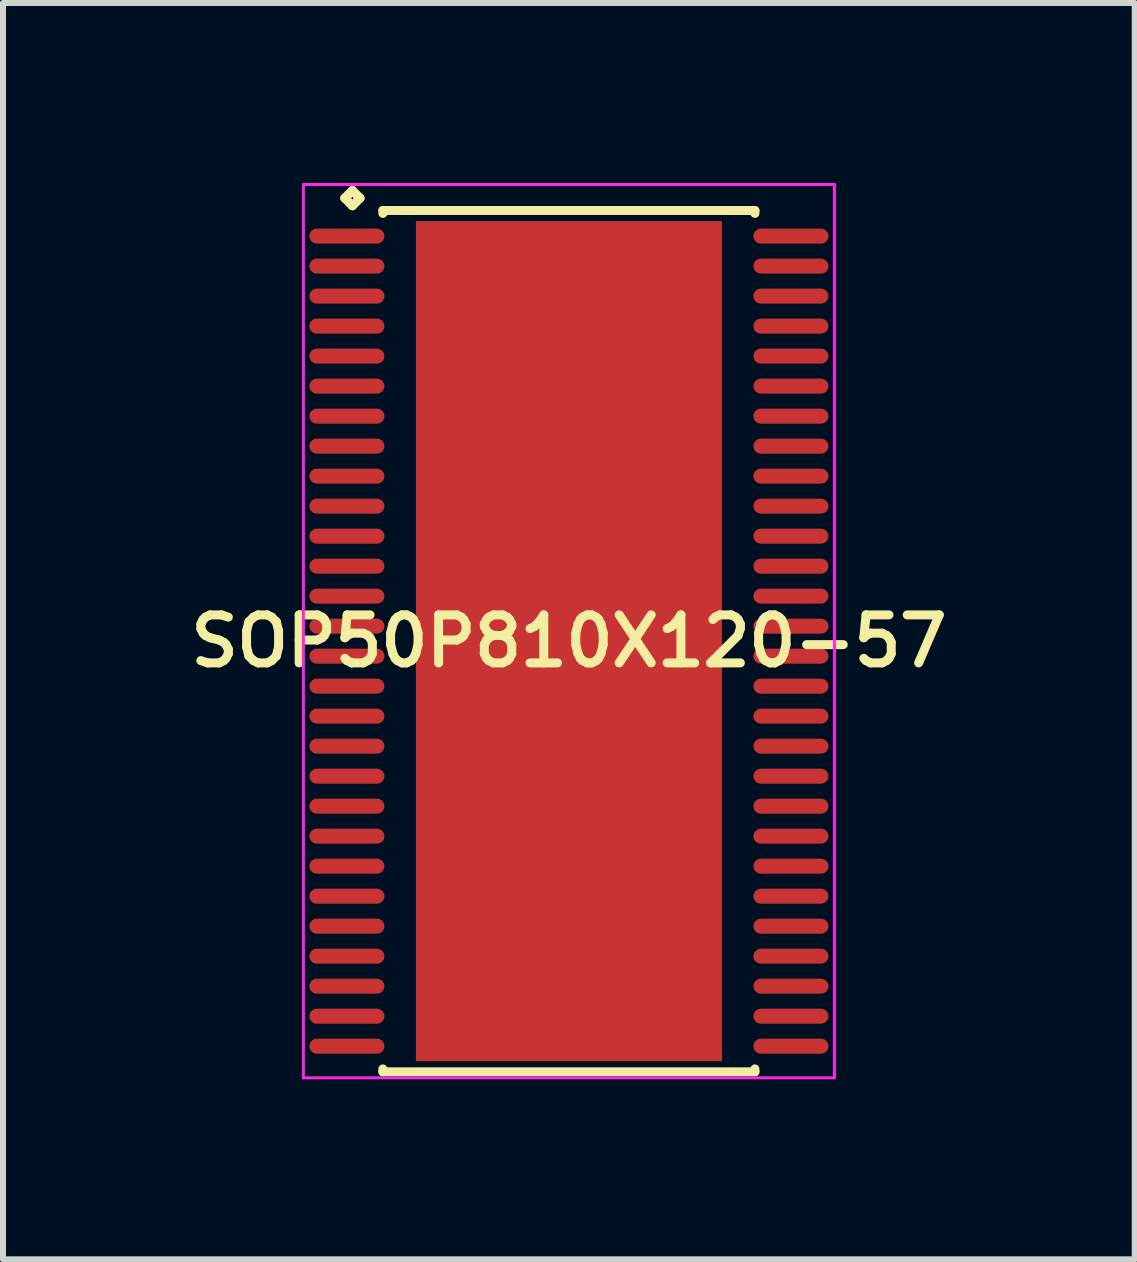
<source format=kicad_pcb>
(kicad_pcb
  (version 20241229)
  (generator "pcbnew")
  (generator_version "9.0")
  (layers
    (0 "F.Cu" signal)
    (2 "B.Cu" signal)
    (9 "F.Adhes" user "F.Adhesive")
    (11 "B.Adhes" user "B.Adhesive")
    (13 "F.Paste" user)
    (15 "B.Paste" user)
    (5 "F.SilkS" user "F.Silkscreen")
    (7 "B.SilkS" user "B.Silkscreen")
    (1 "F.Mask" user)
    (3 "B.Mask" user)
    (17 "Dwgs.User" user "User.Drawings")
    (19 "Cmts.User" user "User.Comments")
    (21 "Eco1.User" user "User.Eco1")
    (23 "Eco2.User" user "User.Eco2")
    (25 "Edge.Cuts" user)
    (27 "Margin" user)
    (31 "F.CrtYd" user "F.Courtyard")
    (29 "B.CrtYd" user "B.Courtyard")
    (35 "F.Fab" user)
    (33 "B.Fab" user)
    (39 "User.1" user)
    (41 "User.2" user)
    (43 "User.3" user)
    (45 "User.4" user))
  (footprint "SOP50P810X120-57"
    (layer "F.Cu")
    (at 6.431 7.635)
    (property "Reference" "SOP50P810X120-57" (at 0 0 0) (layer "F.SilkS") (effects (font (size 0.8 0.8) (thickness 0.15))))
    (attr smd)
    (fp_line (start -3.735 -7.383) (end -3.608 -7.51) (stroke (width 0.15) (type solid)) (layer "F.SilkS"))
    (fp_line (start -3.608 -7.51) (end -3.481 -7.383) (stroke (width 0.15) (type solid)) (layer "F.SilkS"))
    (fp_line (start -3.608 -7.256) (end -3.735 -7.383) (stroke (width 0.15) (type solid)) (layer "F.SilkS"))
    (fp_line (start -3.481 -7.383) (end -3.608 -7.256) (stroke (width 0.15) (type solid)) (layer "F.SilkS"))
    (fp_line (start -3.1 -7.177) (end 3.1 -7.177) (stroke (width 0.15) (type solid)) (layer "F.SilkS"))
    (fp_line (start -3.1 -7.129) (end -3.1 -7.177) (stroke (width 0.15) (type solid)) (layer "F.SilkS"))
    (fp_line (start -3.1 7.129) (end -3.1 7.177) (stroke (width 0.15) (type solid)) (layer "F.SilkS"))
    (fp_line (start -3.1 7.177) (end 3.1 7.177) (stroke (width 0.15) (type solid)) (layer "F.SilkS"))
    (fp_line (start 3.1 -7.177) (end 3.1 -7.129) (stroke (width 0.15) (type solid)) (layer "F.SilkS"))
    (fp_line (start 3.1 7.177) (end 3.1 7.129) (stroke (width 0.15) (type solid)) (layer "F.SilkS"))
    (fp_line (start -4.425 -7.61) (end 4.425 -7.61) (stroke (width 0.05) (type solid)) (layer "F.CrtYd"))
    (fp_line (start -4.425 7.277) (end -4.425 -7.61) (stroke (width 0.05) (type solid)) (layer "F.CrtYd"))
    (fp_line (start 4.425 -7.61) (end 4.425 7.277) (stroke (width 0.05) (type solid)) (layer "F.CrtYd"))
    (fp_line (start 4.425 7.277) (end -4.425 7.277) (stroke (width 0.05) (type solid)) (layer "F.CrtYd"))
    (pad "1" smd oval (at -3.7 -6.75) (size 1.25 0.25) (layers "F.Cu" "F.Mask" "F.Paste"))
    (pad "2" smd oval (at -3.7 -6.25) (size 1.25 0.25) (layers "F.Cu" "F.Mask" "F.Paste"))
    (pad "3" smd oval (at -3.7 -5.75) (size 1.25 0.25) (layers "F.Cu" "F.Mask" "F.Paste"))
    (pad "4" smd oval (at -3.7 -5.25) (size 1.25 0.25) (layers "F.Cu" "F.Mask" "F.Paste"))
    (pad "5" smd oval (at -3.7 -4.75) (size 1.25 0.25) (layers "F.Cu" "F.Mask" "F.Paste"))
    (pad "6" smd oval (at -3.7 -4.25) (size 1.25 0.25) (layers "F.Cu" "F.Mask" "F.Paste"))
    (pad "7" smd oval (at -3.7 -3.75) (size 1.25 0.25) (layers "F.Cu" "F.Mask" "F.Paste"))
    (pad "8" smd oval (at -3.7 -3.25) (size 1.25 0.25) (layers "F.Cu" "F.Mask" "F.Paste"))
    (pad "9" smd oval (at -3.7 -2.75) (size 1.25 0.25) (layers "F.Cu" "F.Mask" "F.Paste"))
    (pad "10" smd oval (at -3.7 -2.25) (size 1.25 0.25) (layers "F.Cu" "F.Mask" "F.Paste"))
    (pad "11" smd oval (at -3.7 -1.75) (size 1.25 0.25) (layers "F.Cu" "F.Mask" "F.Paste"))
    (pad "12" smd oval (at -3.7 -1.25) (size 1.25 0.25) (layers "F.Cu" "F.Mask" "F.Paste"))
    (pad "13" smd oval (at -3.7 -0.75) (size 1.25 0.25) (layers "F.Cu" "F.Mask" "F.Paste"))
    (pad "14" smd oval (at -3.7 -0.25) (size 1.25 0.25) (layers "F.Cu" "F.Mask" "F.Paste"))
    (pad "15" smd oval (at -3.7 0.25) (size 1.25 0.25) (layers "F.Cu" "F.Mask" "F.Paste"))
    (pad "16" smd oval (at -3.7 0.75) (size 1.25 0.25) (layers "F.Cu" "F.Mask" "F.Paste"))
    (pad "17" smd oval (at -3.7 1.25) (size 1.25 0.25) (layers "F.Cu" "F.Mask" "F.Paste"))
    (pad "18" smd oval (at -3.7 1.75) (size 1.25 0.25) (layers "F.Cu" "F.Mask" "F.Paste"))
    (pad "19" smd oval (at -3.7 2.25) (size 1.25 0.25) (layers "F.Cu" "F.Mask" "F.Paste"))
    (pad "20" smd oval (at -3.7 2.75) (size 1.25 0.25) (layers "F.Cu" "F.Mask" "F.Paste"))
    (pad "21" smd oval (at -3.7 3.25) (size 1.25 0.25) (layers "F.Cu" "F.Mask" "F.Paste"))
    (pad "22" smd oval (at -3.7 3.75) (size 1.25 0.25) (layers "F.Cu" "F.Mask" "F.Paste"))
    (pad "23" smd oval (at -3.7 4.25) (size 1.25 0.25) (layers "F.Cu" "F.Mask" "F.Paste"))
    (pad "24" smd oval (at -3.7 4.75) (size 1.25 0.25) (layers "F.Cu" "F.Mask" "F.Paste"))
    (pad "25" smd oval (at -3.7 5.25) (size 1.25 0.25) (layers "F.Cu" "F.Mask" "F.Paste"))
    (pad "26" smd oval (at -3.7 5.75) (size 1.25 0.25) (layers "F.Cu" "F.Mask" "F.Paste"))
    (pad "27" smd oval (at -3.7 6.25) (size 1.25 0.25) (layers "F.Cu" "F.Mask" "F.Paste"))
    (pad "28" smd oval (at -3.7 6.75) (size 1.25 0.25) (layers "F.Cu" "F.Mask" "F.Paste"))
    (pad "29" smd oval (at 3.7 6.75) (size 1.25 0.25) (layers "F.Cu" "F.Mask" "F.Paste"))
    (pad "30" smd oval (at 3.7 6.25) (size 1.25 0.25) (layers "F.Cu" "F.Mask" "F.Paste"))
    (pad "31" smd oval (at 3.7 5.75) (size 1.25 0.25) (layers "F.Cu" "F.Mask" "F.Paste"))
    (pad "32" smd oval (at 3.7 5.25) (size 1.25 0.25) (layers "F.Cu" "F.Mask" "F.Paste"))
    (pad "33" smd oval (at 3.7 4.75) (size 1.25 0.25) (layers "F.Cu" "F.Mask" "F.Paste"))
    (pad "34" smd oval (at 3.7 4.25) (size 1.25 0.25) (layers "F.Cu" "F.Mask" "F.Paste"))
    (pad "35" smd oval (at 3.7 3.75) (size 1.25 0.25) (layers "F.Cu" "F.Mask" "F.Paste"))
    (pad "36" smd oval (at 3.7 3.25) (size 1.25 0.25) (layers "F.Cu" "F.Mask" "F.Paste"))
    (pad "37" smd oval (at 3.7 2.75) (size 1.25 0.25) (layers "F.Cu" "F.Mask" "F.Paste"))
    (pad "38" smd oval (at 3.7 2.25) (size 1.25 0.25) (layers "F.Cu" "F.Mask" "F.Paste"))
    (pad "39" smd oval (at 3.7 1.75) (size 1.25 0.25) (layers "F.Cu" "F.Mask" "F.Paste"))
    (pad "40" smd oval (at 3.7 1.25) (size 1.25 0.25) (layers "F.Cu" "F.Mask" "F.Paste"))
    (pad "41" smd oval (at 3.7 0.75) (size 1.25 0.25) (layers "F.Cu" "F.Mask" "F.Paste"))
    (pad "42" smd oval (at 3.7 0.25) (size 1.25 0.25) (layers "F.Cu" "F.Mask" "F.Paste"))
    (pad "43" smd oval (at 3.7 -0.25) (size 1.25 0.25) (layers "F.Cu" "F.Mask" "F.Paste"))
    (pad "44" smd oval (at 3.7 -0.75) (size 1.25 0.25) (layers "F.Cu" "F.Mask" "F.Paste"))
    (pad "45" smd oval (at 3.7 -1.25) (size 1.25 0.25) (layers "F.Cu" "F.Mask" "F.Paste"))
    (pad "46" smd oval (at 3.7 -1.75) (size 1.25 0.25) (layers "F.Cu" "F.Mask" "F.Paste"))
    (pad "47" smd oval (at 3.7 -2.25) (size 1.25 0.25) (layers "F.Cu" "F.Mask" "F.Paste"))
    (pad "48" smd oval (at 3.7 -2.75) (size 1.25 0.25) (layers "F.Cu" "F.Mask" "F.Paste"))
    (pad "49" smd oval (at 3.7 -3.25) (size 1.25 0.25) (layers "F.Cu" "F.Mask" "F.Paste"))
    (pad "50" smd oval (at 3.7 -3.75) (size 1.25 0.25) (layers "F.Cu" "F.Mask" "F.Paste"))
    (pad "51" smd oval (at 3.7 -4.25) (size 1.25 0.25) (layers "F.Cu" "F.Mask" "F.Paste"))
    (pad "52" smd oval (at 3.7 -4.75) (size 1.25 0.25) (layers "F.Cu" "F.Mask" "F.Paste"))
    (pad "53" smd oval (at 3.7 -5.25) (size 1.25 0.25) (layers "F.Cu" "F.Mask" "F.Paste"))
    (pad "54" smd oval (at 3.7 -5.75) (size 1.25 0.25) (layers "F.Cu" "F.Mask" "F.Paste"))
    (pad "55" smd oval (at 3.7 -6.25) (size 1.25 0.25) (layers "F.Cu" "F.Mask" "F.Paste"))
    (pad "56" smd oval (at 3.7 -6.75) (size 1.25 0.25) (layers "F.Cu" "F.Mask" "F.Paste"))
    (pad "57" smd rect (at 0 0) (size 5.1 14) (layers "F.Cu" "F.Mask" "F.Paste")))
  (gr_rect
    (start -3 -3)
    (end 15.861 17.937)
    (stroke (width 0.1) (type default))
    (fill no)
    (layer "Edge.Cuts")))
</source>
